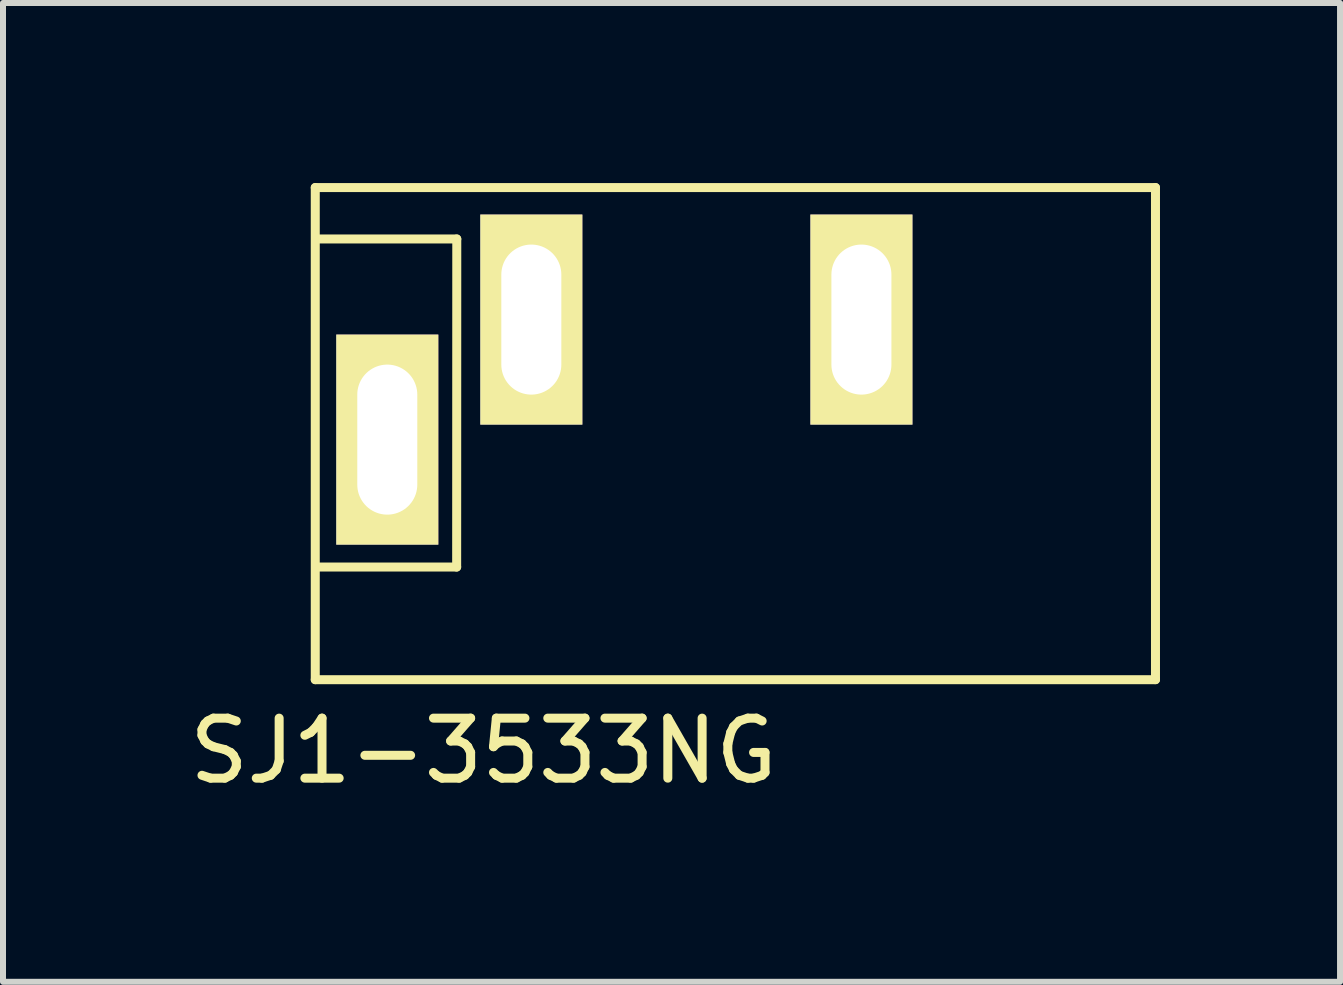
<source format=kicad_pcb>
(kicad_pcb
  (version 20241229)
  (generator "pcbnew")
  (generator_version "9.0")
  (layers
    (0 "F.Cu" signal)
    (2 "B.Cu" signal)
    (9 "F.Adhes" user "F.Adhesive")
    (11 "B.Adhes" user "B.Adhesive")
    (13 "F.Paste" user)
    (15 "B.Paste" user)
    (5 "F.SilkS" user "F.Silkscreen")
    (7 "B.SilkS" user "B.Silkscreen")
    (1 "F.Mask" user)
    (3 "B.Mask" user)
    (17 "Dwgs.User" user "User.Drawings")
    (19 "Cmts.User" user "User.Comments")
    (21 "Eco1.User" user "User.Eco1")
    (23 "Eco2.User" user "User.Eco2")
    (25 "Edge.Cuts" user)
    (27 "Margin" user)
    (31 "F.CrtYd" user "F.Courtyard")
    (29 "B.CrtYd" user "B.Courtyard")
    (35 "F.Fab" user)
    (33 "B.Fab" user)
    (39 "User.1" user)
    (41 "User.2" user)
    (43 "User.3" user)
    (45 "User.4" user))
  (footprint "SJ1-3533NG"
    (layer "F.Cu")
    (at 3.403 3.375)
    (property "Reference" "SJ1-3533NG" (at 1.603 6.086 0) (layer "F.SilkS") (effects (font (size 1 1) (thickness 0.15))))
    (attr through_hole)
    (fp_line (start -1.2 -3.3) (end -1.2 4.9) (stroke (width 0.15) (type solid)) (layer "F.SilkS"))
    (fp_line (start -1.2 4.9) (end 12.8 4.9) (stroke (width 0.15) (type solid)) (layer "F.SilkS"))
    (fp_line (start -1.168 3.023) (end 1.156 3.023) (stroke (width 0.15) (type solid)) (layer "F.SilkS"))
    (fp_line (start 1.156 3.023) (end 1.158 -2.443) (stroke (width 0.15) (type solid)) (layer "F.SilkS"))
    (fp_line (start 1.158 -2.443) (end -1.196 -2.443) (stroke (width 0.15) (type solid)) (layer "F.SilkS"))
    (fp_line (start 12.8 -3.3) (end -1.2 -3.3) (stroke (width 0.15) (type solid)) (layer "F.SilkS"))
    (fp_line (start 12.8 4.9) (end 12.8 -3.3) (stroke (width 0.15) (type solid)) (layer "F.SilkS"))
    (pad "R" thru_hole rect (at 7.9 -1.1) (size 1.7 3.5) (drill oval 1 2.5) (layers "*.Cu" "*.Mask" "F.SilkS"))
    (pad "S" thru_hole rect (at 0 0.9) (size 1.7 3.5) (drill oval 1 2.5) (layers "*.Cu" "*.Mask" "F.SilkS"))
    (pad "T" thru_hole rect (at 2.4 -1.1) (size 1.7 3.5) (drill oval 1 2.5) (layers "*.Cu" "*.Mask" "F.SilkS")))
  (gr_rect
    (start -3 -3)
    (end 19.278 13.309)
    (stroke (width 0.1) (type default))
    (fill no)
    (layer "Edge.Cuts")))
</source>
